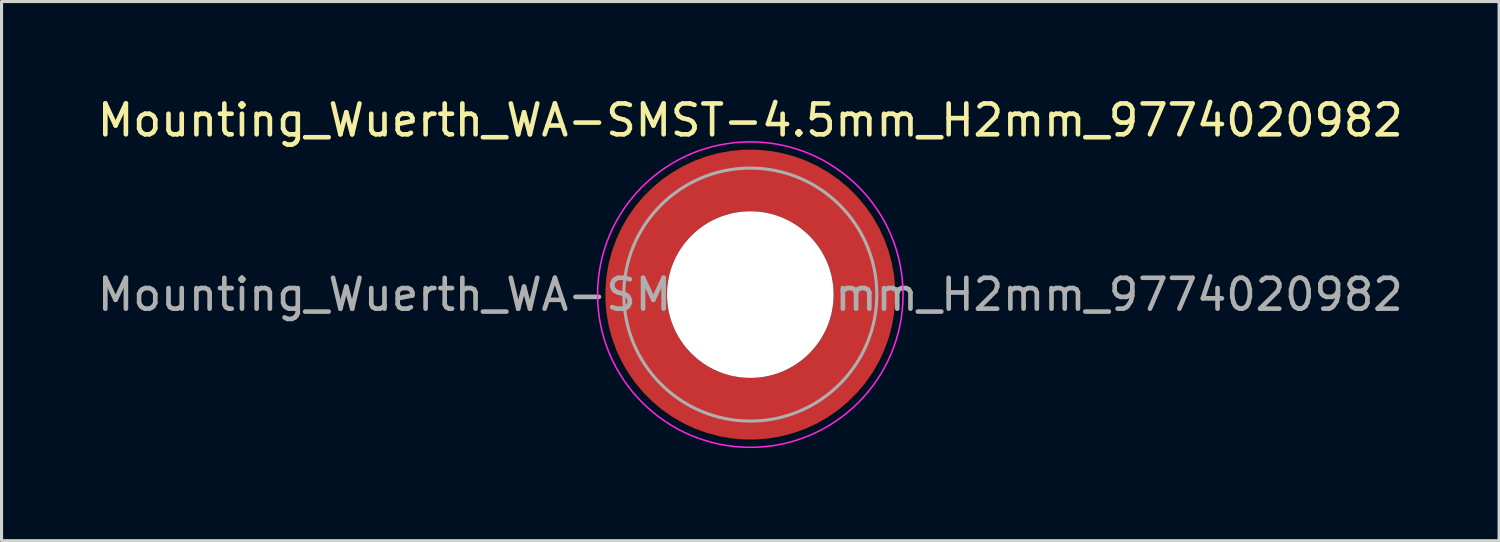
<source format=kicad_pcb>
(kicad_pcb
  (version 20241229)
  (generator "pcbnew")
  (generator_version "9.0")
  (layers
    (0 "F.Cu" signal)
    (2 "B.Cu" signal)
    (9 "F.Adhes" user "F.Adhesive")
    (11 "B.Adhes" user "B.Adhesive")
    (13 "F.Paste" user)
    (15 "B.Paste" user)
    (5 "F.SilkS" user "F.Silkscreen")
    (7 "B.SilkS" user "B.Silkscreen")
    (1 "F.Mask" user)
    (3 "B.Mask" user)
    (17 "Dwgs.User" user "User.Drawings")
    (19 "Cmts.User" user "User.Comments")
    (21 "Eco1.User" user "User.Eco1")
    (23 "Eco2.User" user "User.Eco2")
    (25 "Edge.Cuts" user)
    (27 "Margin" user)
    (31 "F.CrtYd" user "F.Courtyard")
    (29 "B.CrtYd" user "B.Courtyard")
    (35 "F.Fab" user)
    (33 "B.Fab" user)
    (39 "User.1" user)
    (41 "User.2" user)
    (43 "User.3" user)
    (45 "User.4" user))
  (footprint "Mounting_Wuerth_WA-SMST-4.5mm_H2mm_9774020982"
    (layer "F.Cu")
    (at 21.268 6.498)
    (property "Reference" "Mounting_Wuerth_WA-SMST-4.5mm_H2mm_9774020982" (at 0 -5.65 0) (layer "F.SilkS") (effects (font (size 1 1) (thickness 0.15))))
    (property "Mouser Part no." "" (at 0 0 0) (layer "F.Fab") (effects (font (size 1.27 1.27) (thickness 0.15))))
    (property "Mouser link" "" (at 0 0 0) (layer "F.Fab") (effects (font (size 1.27 1.27) (thickness 0.15))))
    (attr smd)
    (fp_circle (center 0 0) (end 4.95 0) (stroke (width 0.05) (type solid)) (fill no) (layer "F.CrtYd"))
    (fp_circle (center 0 0) (end 4.1 0) (stroke (width 0.1) (type solid)) (fill no) (layer "F.Fab"))
    (fp_text user "${REFERENCE}" (at 0 0 0) (layer "F.Fab") (effects (font (size 1 1) (thickness 0.15))))
    (pad "" smd custom (at -2.607 -2.607) (size 1.495 1.495) (layers "F.Paste") (options (anchor circle)) (primitives (gr_arc (start -0.188183 2.107456) (mid 0.598928 0.599619) (end 2.106494 -0.188011) (width 0.2)) (gr_arc (start -0.289416 2.107456) (mid 0.528508 0.529033) (end 2.106724 -0.28929) (width 0.2)) (gr_arc (start -0.390547 2.107456) (mid 0.457087 0.459449) (end 2.104161 -0.389996) (width 0.2)) (gr_arc (start -0.491585 2.107456) (mid 0.386415 0.389116) (end 2.103685 -0.490974) (width 0.2)) (gr_arc (start -0.59254 2.107456) (mid 0.31649 0.318035) (end 2.105297 -0.592202) (width 0.2)) (gr_arc (start -0.693419 2.107456) (mid 0.245252 0.248268) (end 2.103239 -0.692777) (width 0.2)) (gr_arc (start -0.794229 2.107456) (mid 0.174636 0.177878) (end 2.102921 -0.793559) (width 0.2)) (gr_arc (start -0.894975 2.107456) (mid 0.104643 0.106866) (end 2.104343 -0.894529) (width 0.2)) (gr_arc (start -0.995664 2.107456) (mid 0.033026 0.037479) (end 2.101219 -0.994793) (width 0.2)) (gr_arc (start -1.0963 2.107456) (mid -0.035789 -0.034714) (end 2.105949 -1.096096) (width 0.2)) (gr_arc (start -1.196886 2.107456) (mid -0.106351 -0.105157) (end 2.105783 -1.196666) (width 0.2)) (gr_arc (start -1.297427 2.107456) (mid -0.176416 -0.176097) (end 2.107009 -1.29737) (width 0.2)) (gr_arc (start -1.397927 2.107456) (mid -0.248476 -0.245042) (end 2.102638 -1.397323) (width 0.2)) (gr_arc (start -1.498388 2.107456) (mid -0.317612 -0.316913) (end 2.106475 -1.498268) (width 0.2)) (gr_arc (start -1.598813 2.107456) (mid -0.388865 -0.386665) (end 2.104366 -1.598444) (width 0.2)) (gr_arc (start -1.699204 2.107456) (mid -0.459747 -0.456787) (end 2.103299 -1.698719) (width 0.2)) (gr_arc (start -1.799565 2.107456) (mid -0.530257 -0.527283) (end 2.103277 -1.799089) (width 0.2)) (gr_arc (start -1.899896 2.107456) (mid -0.600396 -0.59815) (end 2.104299 -1.899545) (width 0.2)) (gr_arc (start -1.899896 2.107456) (mid -0.600396 -0.59815) (end 2.104299 -1.899545) (width 0.2)) (gr_line (start 2.107 -0.188) (end 2.107 -1.9) (width 0.2)) (gr_line (start -0.188 2.107) (end -1.9 2.107) (width 0.2))))
    (pad "" smd custom (at -2.607 2.607) (size 1.495 1.495) (layers "F.Paste") (options (anchor circle)) (primitives (gr_arc (start 2.107456 0.188183) (mid 0.599619 -0.598928) (end -0.188011 -2.106494) (width 0.2)) (gr_arc (start 2.107456 0.289416) (mid 0.529033 -0.528508) (end -0.28929 -2.106724) (width 0.2)) (gr_arc (start 2.107456 0.390547) (mid 0.459449 -0.457087) (end -0.389996 -2.104161) (width 0.2)) (gr_arc (start 2.107456 0.491585) (mid 0.389116 -0.386415) (end -0.490974 -2.103685) (width 0.2)) (gr_arc (start 2.107456 0.59254) (mid 0.318035 -0.31649) (end -0.592202 -2.105297) (width 0.2)) (gr_arc (start 2.107456 0.693419) (mid 0.248268 -0.245252) (end -0.692777 -2.103239) (width 0.2)) (gr_arc (start 2.107456 0.794229) (mid 0.177878 -0.174636) (end -0.793559 -2.102921) (width 0.2)) (gr_arc (start 2.107456 0.894975) (mid 0.106866 -0.104643) (end -0.894529 -2.104343) (width 0.2)) (gr_arc (start 2.107456 0.995664) (mid 0.037479 -0.033026) (end -0.994793 -2.101219) (width 0.2)) (gr_arc (start 2.107456 1.0963) (mid -0.034714 0.035789) (end -1.096096 -2.105949) (width 0.2)) (gr_arc (start 2.107456 1.196886) (mid -0.105157 0.106351) (end -1.196666 -2.105783) (width 0.2)) (gr_arc (start 2.107456 1.297427) (mid -0.176097 0.176416) (end -1.29737 -2.107009) (width 0.2)) (gr_arc (start 2.107456 1.397927) (mid -0.245042 0.248476) (end -1.397323 -2.102638) (width 0.2)) (gr_arc (start 2.107456 1.498388) (mid -0.316913 0.317612) (end -1.498268 -2.106475) (width 0.2)) (gr_arc (start 2.107456 1.598813) (mid -0.386665 0.388865) (end -1.598444 -2.104366) (width 0.2)) (gr_arc (start 2.107456 1.699204) (mid -0.456787 0.459747) (end -1.698719 -2.103299) (width 0.2)) (gr_arc (start 2.107456 1.799565) (mid -0.527283 0.530257) (end -1.799089 -2.103277) (width 0.2)) (gr_arc (start 2.107456 1.899896) (mid -0.59815 0.600396) (end -1.899545 -2.104299) (width 0.2)) (gr_arc (start 2.107456 1.899896) (mid -0.59815 0.600396) (end -1.899545 -2.104299) (width 0.2)) (gr_line (start -0.188 -2.107) (end -1.9 -2.107) (width 0.2)) (gr_line (start 2.107 0.188) (end 2.107 1.9) (width 0.2))))
    (pad "" np_thru_hole circle (at 0 0) (size 5.4 5.4) (drill 5.4) (layers "*.Cu" "*.Mask"))
    (pad "" smd custom (at 2.607 -2.607) (size 1.495 1.495) (layers "F.Paste") (options (anchor circle)) (primitives (gr_arc (start -2.107456 -0.188183) (mid -0.599619 0.598928) (end 0.188011 2.106494) (width 0.2)) (gr_arc (start -2.107456 -0.289416) (mid -0.529033 0.528508) (end 0.28929 2.106724) (width 0.2)) (gr_arc (start -2.107456 -0.390547) (mid -0.459449 0.457087) (end 0.389996 2.104161) (width 0.2)) (gr_arc (start -2.107456 -0.491585) (mid -0.389116 0.386415) (end 0.490974 2.103685) (width 0.2)) (gr_arc (start -2.107456 -0.59254) (mid -0.318035 0.31649) (end 0.592202 2.105297) (width 0.2)) (gr_arc (start -2.107456 -0.693419) (mid -0.248268 0.245252) (end 0.692777 2.103239) (width 0.2)) (gr_arc (start -2.107456 -0.794229) (mid -0.177878 0.174636) (end 0.793559 2.102921) (width 0.2)) (gr_arc (start -2.107456 -0.894975) (mid -0.106866 0.104643) (end 0.894529 2.104343) (width 0.2)) (gr_arc (start -2.107456 -0.995664) (mid -0.037479 0.033026) (end 0.994793 2.101219) (width 0.2)) (gr_arc (start -2.107456 -1.0963) (mid 0.034714 -0.035789) (end 1.096096 2.105949) (width 0.2)) (gr_arc (start -2.107456 -1.196886) (mid 0.105157 -0.106351) (end 1.196666 2.105783) (width 0.2)) (gr_arc (start -2.107456 -1.297427) (mid 0.176097 -0.176416) (end 1.29737 2.107009) (width 0.2)) (gr_arc (start -2.107456 -1.397927) (mid 0.245042 -0.248476) (end 1.397323 2.102638) (width 0.2)) (gr_arc (start -2.107456 -1.498388) (mid 0.316913 -0.317612) (end 1.498268 2.106475) (width 0.2)) (gr_arc (start -2.107456 -1.598813) (mid 0.386665 -0.388865) (end 1.598444 2.104366) (width 0.2)) (gr_arc (start -2.107456 -1.699204) (mid 0.456787 -0.459747) (end 1.698719 2.103299) (width 0.2)) (gr_arc (start -2.107456 -1.799565) (mid 0.527283 -0.530257) (end 1.799089 2.103277) (width 0.2)) (gr_arc (start -2.107456 -1.899896) (mid 0.59815 -0.600396) (end 1.899545 2.104299) (width 0.2)) (gr_arc (start -2.107456 -1.899896) (mid 0.59815 -0.600396) (end 1.899545 2.104299) (width 0.2)) (gr_line (start 0.188 2.107) (end 1.9 2.107) (width 0.2)) (gr_line (start -2.107 -0.188) (end -2.107 -1.9) (width 0.2))))
    (pad "" smd custom (at 2.607 2.607) (size 1.495 1.495) (layers "F.Paste") (options (anchor circle)) (primitives (gr_arc (start 0.188183 -2.107456) (mid -0.598928 -0.599619) (end -2.106494 0.188011) (width 0.2)) (gr_arc (start 0.289416 -2.107456) (mid -0.528508 -0.529033) (end -2.106724 0.28929) (width 0.2)) (gr_arc (start 0.390547 -2.107456) (mid -0.457087 -0.459449) (end -2.104161 0.389996) (width 0.2)) (gr_arc (start 0.491585 -2.107456) (mid -0.386415 -0.389116) (end -2.103685 0.490974) (width 0.2)) (gr_arc (start 0.59254 -2.107456) (mid -0.31649 -0.318035) (end -2.105297 0.592202) (width 0.2)) (gr_arc (start 0.693419 -2.107456) (mid -0.245252 -0.248268) (end -2.103239 0.692777) (width 0.2)) (gr_arc (start 0.794229 -2.107456) (mid -0.174636 -0.177878) (end -2.102921 0.793559) (width 0.2)) (gr_arc (start 0.894975 -2.107456) (mid -0.104643 -0.106866) (end -2.104343 0.894529) (width 0.2)) (gr_arc (start 0.995664 -2.107456) (mid -0.033026 -0.037479) (end -2.101219 0.994793) (width 0.2)) (gr_arc (start 1.0963 -2.107456) (mid 0.035789 0.034714) (end -2.105949 1.096096) (width 0.2)) (gr_arc (start 1.196886 -2.107456) (mid 0.106351 0.105157) (end -2.105783 1.196666) (width 0.2)) (gr_arc (start 1.297427 -2.107456) (mid 0.176416 0.176097) (end -2.107009 1.29737) (width 0.2)) (gr_arc (start 1.397927 -2.107456) (mid 0.248476 0.245042) (end -2.102638 1.397323) (width 0.2)) (gr_arc (start 1.498388 -2.107456) (mid 0.317612 0.316913) (end -2.106475 1.498268) (width 0.2)) (gr_arc (start 1.598813 -2.107456) (mid 0.388865 0.386665) (end -2.104366 1.598444) (width 0.2)) (gr_arc (start 1.699204 -2.107456) (mid 0.459747 0.456787) (end -2.103299 1.698719) (width 0.2)) (gr_arc (start 1.799565 -2.107456) (mid 0.530257 0.527283) (end -2.103277 1.799089) (width 0.2)) (gr_arc (start 1.899896 -2.107456) (mid 0.600396 0.59815) (end -2.104299 1.899545) (width 0.2)) (gr_arc (start 1.899896 -2.107456) (mid 0.600396 0.59815) (end -2.104299 1.899545) (width 0.2)) (gr_line (start -2.107 0.188) (end -2.107 1.9) (width 0.2)) (gr_line (start 0.188 -2.107) (end 1.9 -2.107) (width 0.2))))
    (pad "1" smd circle (at -3.7 0) (size 1.6 1.6) (layers "F.Cu"))
    (pad "1" smd circle (at 0 -3.7) (size 1.6 1.6) (layers "F.Cu"))
    (pad "1" smd circle (at 0 3.7) (size 1.6 1.6) (layers "F.Cu"))
    (pad "1" smd custom (at 3.7 0) (size 1.6 1.6) (layers "F.Cu" "F.Mask") (options (anchor circle)) (primitives (gr_circle (center -3.7 0) (end 0 0) (width 2) (fill no)))))
  (gr_rect
    (start -3 -3)
    (end 45.536 14.473)
    (stroke (width 0.1) (type default))
    (fill no)
    (layer "Edge.Cuts")))
</source>
